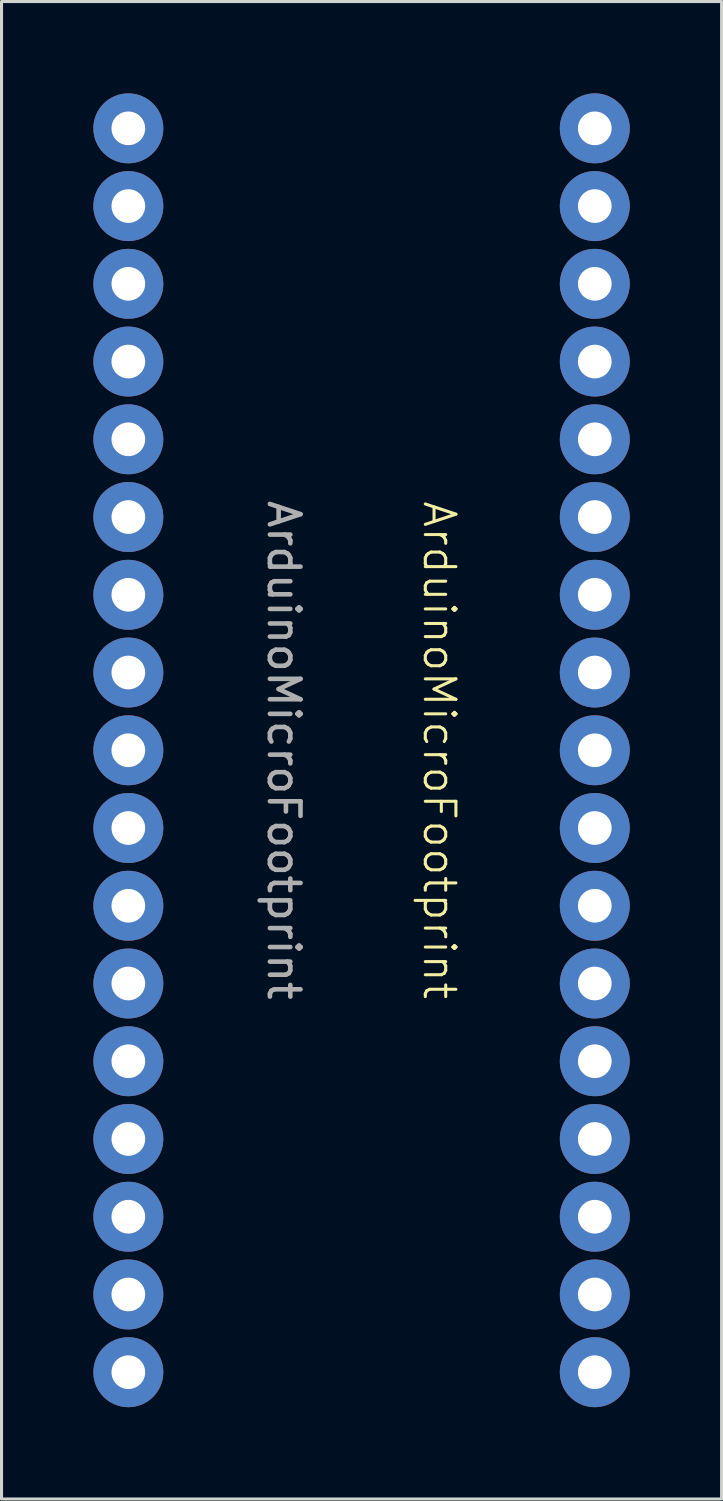
<source format=kicad_pcb>
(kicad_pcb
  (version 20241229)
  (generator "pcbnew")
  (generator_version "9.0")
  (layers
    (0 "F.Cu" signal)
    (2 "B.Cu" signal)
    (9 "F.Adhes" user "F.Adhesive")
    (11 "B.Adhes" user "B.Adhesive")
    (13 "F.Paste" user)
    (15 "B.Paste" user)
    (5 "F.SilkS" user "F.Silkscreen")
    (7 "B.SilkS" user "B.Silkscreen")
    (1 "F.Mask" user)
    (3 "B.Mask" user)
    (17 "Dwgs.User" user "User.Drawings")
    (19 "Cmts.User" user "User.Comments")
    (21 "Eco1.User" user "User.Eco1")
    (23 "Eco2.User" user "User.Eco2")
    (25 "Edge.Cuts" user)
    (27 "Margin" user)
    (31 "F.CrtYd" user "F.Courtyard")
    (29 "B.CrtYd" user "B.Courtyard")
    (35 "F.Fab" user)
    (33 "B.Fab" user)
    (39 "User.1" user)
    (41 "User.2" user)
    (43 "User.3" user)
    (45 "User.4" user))
  (footprint "ArduinoMicroFootprint"
    (layer "F.Cu")
    (at 8.763 21.463)
    (property "Reference" "ArduinoMicroFootprint" (at 2.54 0 270) (unlocked yes) (layer "F.SilkS") (effects (font (size 1 1) (thickness 0.1))))
    (attr through_hole)
    (fp_text user "${REFERENCE}" (at -2.54 0 270) (unlocked yes) (layer "F.Fab") (effects (font (size 1 1) (thickness 0.15))))
    (pad "3V3" thru_hole circle (at -7.62 -17.78) (size 2.286 2.286) (drill 1.1) (layers "*.Cu" "*.Mask"))
    (pad "5V" thru_hole circle (at -7.62 7.62) (size 2.286 2.286) (drill 1.1) (layers "*.Cu" "*.Mask"))
    (pad "AREF" thru_hole circle (at -7.62 -15.24) (size 2.286 2.286) (drill 1.1) (layers "*.Cu" "*.Mask"))
    (pad "D0" thru_hole circle (at 7.62 12.7) (size 2.286 2.286) (drill 1.1) (layers "*.Cu" "*.Mask"))
    (pad "D1" thru_hole circle (at 7.62 15.24) (size 2.286 2.286) (drill 1.1) (layers "*.Cu" "*.Mask"))
    (pad "D2" thru_hole circle (at 7.62 5.08) (size 2.286 2.286) (drill 1.1) (layers "*.Cu" "*.Mask"))
    (pad "D3" thru_hole circle (at 7.62 2.54) (size 2.286 2.286) (drill 1.1) (layers "*.Cu" "*.Mask"))
    (pad "D4" thru_hole circle (at 7.62 0) (size 2.286 2.286) (drill 1.1) (layers "*.Cu" "*.Mask"))
    (pad "D5" thru_hole circle (at 7.62 -2.54) (size 2.286 2.286) (drill 1.1) (layers "*.Cu" "*.Mask"))
    (pad "D6" thru_hole circle (at 7.62 -5.08) (size 2.286 2.286) (drill 1.1) (layers "*.Cu" "*.Mask"))
    (pad "D7" thru_hole circle (at 7.62 -7.62) (size 2.286 2.286) (drill 1.1) (layers "*.Cu" "*.Mask"))
    (pad "D8" thru_hole circle (at 7.62 -10.16) (size 2.286 2.286) (drill 1.1) (layers "*.Cu" "*.Mask"))
    (pad "D9" thru_hole circle (at 7.62 -12.7) (size 2.286 2.286) (drill 1.1) (layers "*.Cu" "*.Mask"))
    (pad "D10" thru_hole circle (at 7.62 -15.24) (size 2.286 2.286) (drill 1.1) (layers "*.Cu" "*.Mask"))
    (pad "D11" thru_hole circle (at 7.62 -17.78) (size 2.286 2.286) (drill 1.1) (layers "*.Cu" "*.Mask"))
    (pad "D12" thru_hole circle (at 7.62 -20.32) (size 2.286 2.286) (drill 1.1) (layers "*.Cu" "*.Mask"))
    (pad "D13" thru_hole circle (at -7.62 -20.32) (size 2.286 2.286) (drill 1.1) (layers "*.Cu" "*.Mask"))
    (pad "D14" thru_hole circle (at -7.62 17.78) (size 2.286 2.286) (drill 1.1) (layers "*.Cu" "*.Mask"))
    (pad "D15" thru_hole circle (at -7.62 20.32) (size 2.286 2.286) (drill 1.1) (layers "*.Cu" "*.Mask"))
    (pad "D16" thru_hole circle (at 7.62 20.32) (size 2.286 2.286) (drill 1.1) (layers "*.Cu" "*.Mask"))
    (pad "D17" thru_hole circle (at 7.62 17.78) (size 2.286 2.286) (drill 1.1) (layers "*.Cu" "*.Mask"))
    (pad "D18" thru_hole circle (at -7.62 -12.7) (size 2.286 2.286) (drill 1.1) (layers "*.Cu" "*.Mask"))
    (pad "D19" thru_hole circle (at -7.62 -10.16) (size 2.286 2.286) (drill 1.1) (layers "*.Cu" "*.Mask"))
    (pad "D20" thru_hole circle (at -7.62 -7.62) (size 2.286 2.286) (drill 1.1) (layers "*.Cu" "*.Mask"))
    (pad "D21" thru_hole circle (at -7.62 -5.08) (size 2.286 2.286) (drill 1.1) (layers "*.Cu" "*.Mask"))
    (pad "D22" thru_hole circle (at -7.62 -2.54) (size 2.286 2.286) (drill 1.1) (layers "*.Cu" "*.Mask"))
    (pad "D23" thru_hole circle (at -7.62 0) (size 2.286 2.286) (drill 1.1) (layers "*.Cu" "*.Mask"))
    (pad "GND" thru_hole circle (at -7.62 12.7) (size 2.286 2.286) (drill 1.1) (layers "*.Cu" "*.Mask"))
    (pad "GND" thru_hole circle (at 7.62 7.62) (size 2.286 2.286) (drill 1.1) (layers "*.Cu" "*.Mask"))
    (pad "NC0" thru_hole circle (at -7.62 5.08) (size 2.286 2.286) (drill 1.1) (layers "*.Cu" "*.Mask"))
    (pad "NC1" thru_hole circle (at -7.62 2.54) (size 2.286 2.286) (drill 1.1) (layers "*.Cu" "*.Mask"))
    (pad "RST" thru_hole circle (at -7.62 10.16) (size 2.286 2.286) (drill 1.1) (layers "*.Cu" "*.Mask"))
    (pad "RST" thru_hole circle (at 7.62 10.16) (size 2.286 2.286) (drill 1.1) (layers "*.Cu" "*.Mask"))
    (pad "VIN" thru_hole circle (at -7.62 15.24) (size 2.286 2.286) (drill 1.1) (layers "*.Cu" "*.Mask")))
  (gr_rect
    (start -3 -3)
    (end 20.526 45.926)
    (stroke (width 0.1) (type default))
    (fill no)
    (layer "Edge.Cuts")))
</source>
